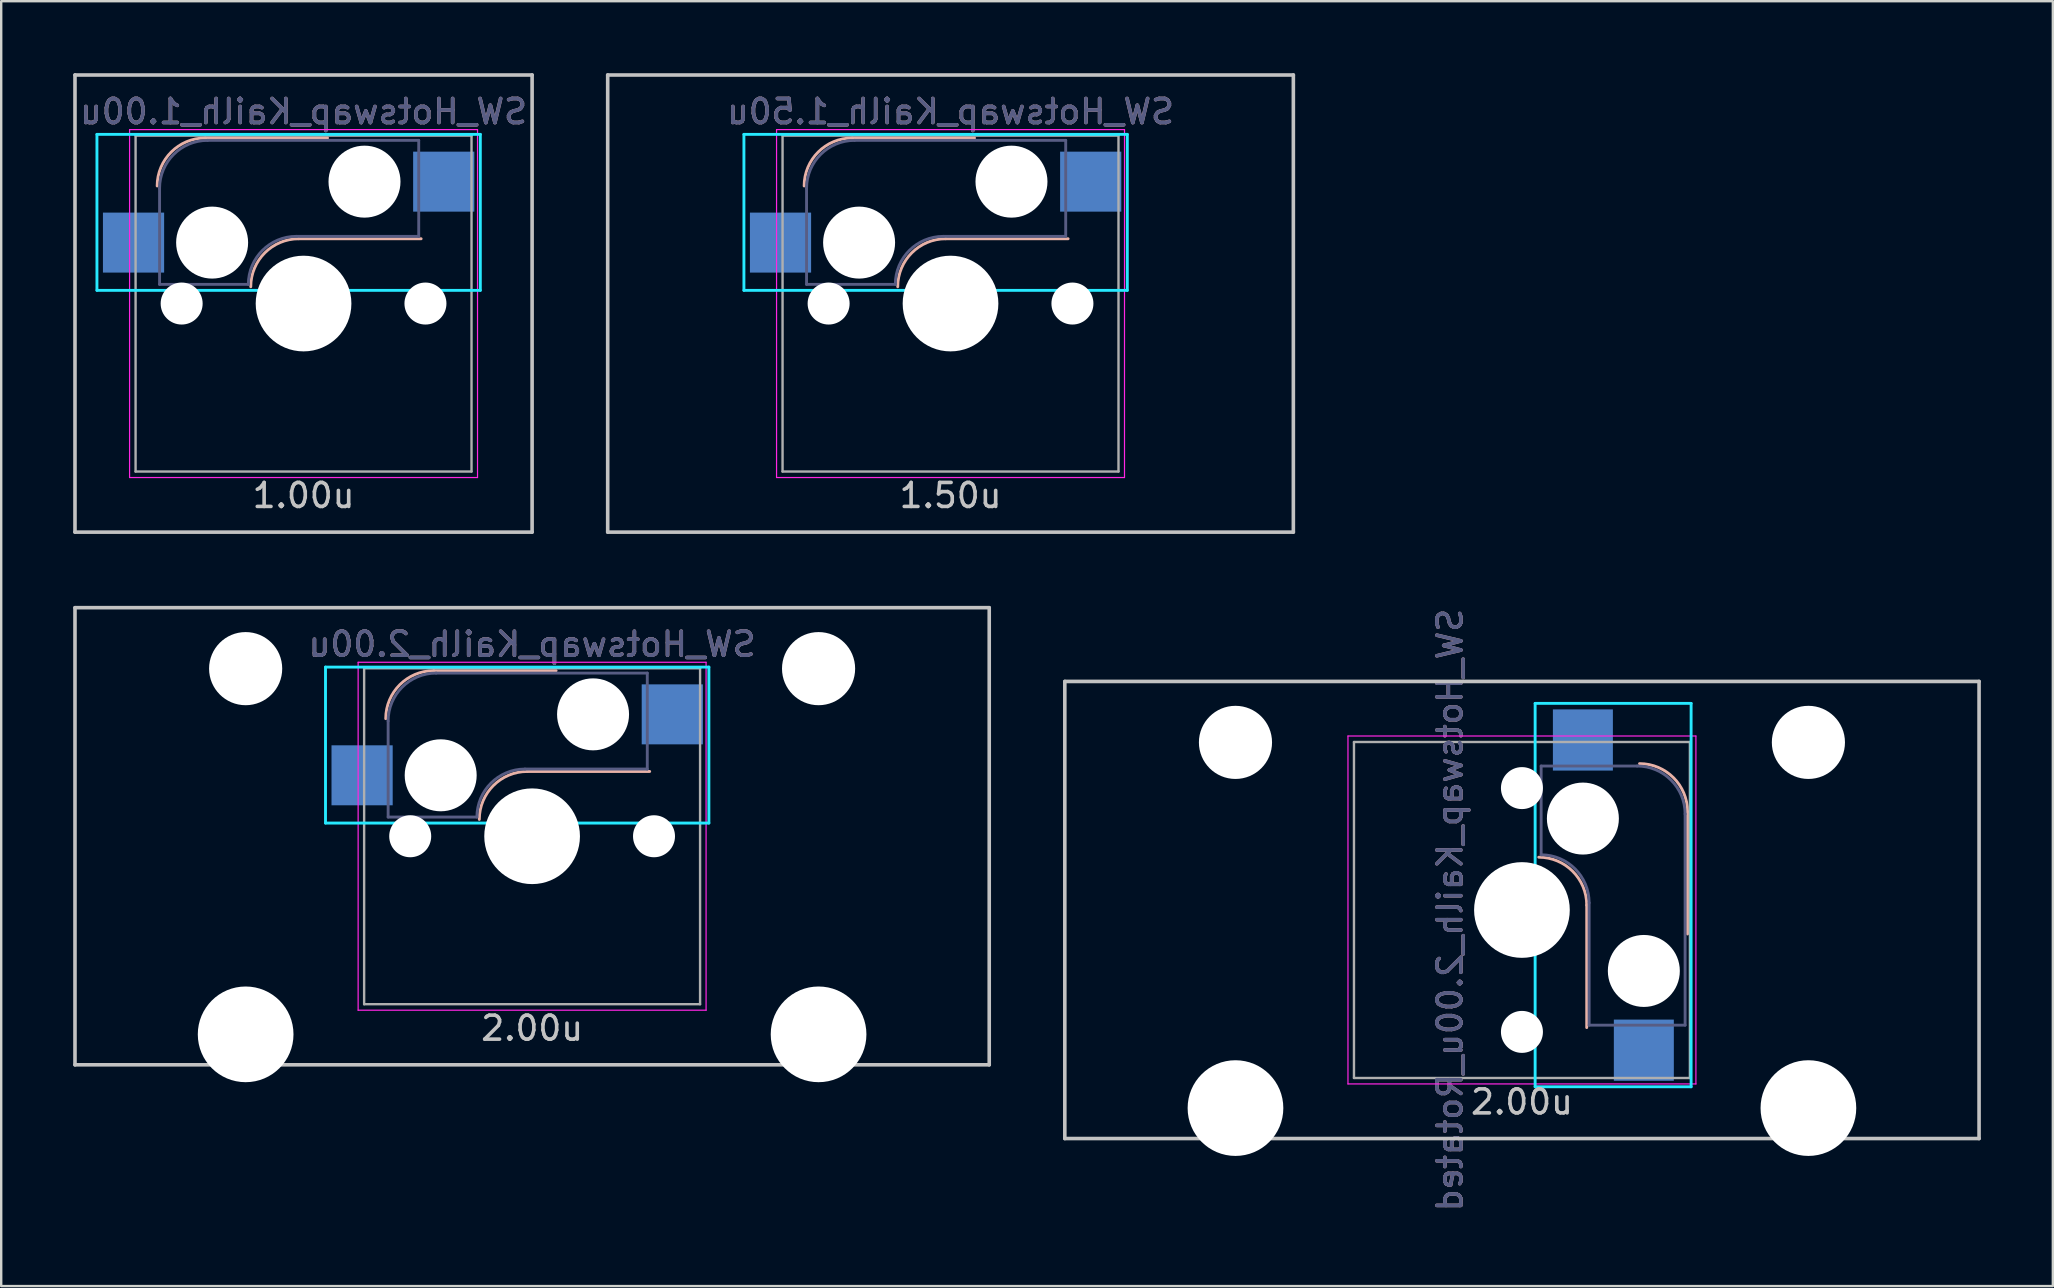
<source format=kicad_pcb>
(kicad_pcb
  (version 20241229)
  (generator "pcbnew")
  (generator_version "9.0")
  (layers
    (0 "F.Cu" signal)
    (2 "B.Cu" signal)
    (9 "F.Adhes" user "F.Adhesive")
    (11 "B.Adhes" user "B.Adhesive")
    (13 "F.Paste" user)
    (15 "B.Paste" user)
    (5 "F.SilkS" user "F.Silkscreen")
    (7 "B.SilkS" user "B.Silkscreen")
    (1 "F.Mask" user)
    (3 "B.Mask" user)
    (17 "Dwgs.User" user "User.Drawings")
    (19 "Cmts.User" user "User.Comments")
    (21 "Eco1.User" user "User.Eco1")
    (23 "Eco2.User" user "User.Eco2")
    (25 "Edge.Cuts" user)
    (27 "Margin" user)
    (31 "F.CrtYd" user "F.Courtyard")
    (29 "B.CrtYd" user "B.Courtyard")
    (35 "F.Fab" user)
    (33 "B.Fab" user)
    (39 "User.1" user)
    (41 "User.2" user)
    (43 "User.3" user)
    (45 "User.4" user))
  (footprint "SW_Hotswap_Kailh_1.00u"
    (layer "F.Cu")
    (at 9.6 9.6)
    (property "Reference" "SW_Hotswap_Kailh_1.00u" (at 0 -8 0) (layer "B.SilkS") (effects (font (size 1 1) (thickness 0.15)) (justify mirror)))
    (attr smd)
    (fp_line (start 1 -6.9) (end -4.1 -6.9) (stroke (width 0.12) (type solid)) (layer "B.SilkS"))
    (fp_line (start 4.9 -2.7) (end -0.2 -2.7) (stroke (width 0.12) (type solid)) (layer "B.SilkS"))
    (fp_arc (start -6.1 -4.9) (mid -5.514214 -6.314214) (end -4.1 -6.9) (stroke (width 0.12) (type solid)) (layer "B.SilkS"))
    (fp_arc (start -2.2 -0.7) (mid -1.614214 -2.114214) (end -0.2 -2.7) (stroke (width 0.12) (type solid)) (layer "B.SilkS"))
    (fp_line (start -9.525 -9.525) (end 9.525 -9.525) (stroke (width 0.15) (type solid)) (layer "Dwgs.User"))
    (fp_line (start -9.525 9.525) (end -9.525 -9.525) (stroke (width 0.15) (type solid)) (layer "Dwgs.User"))
    (fp_line (start 9.525 -9.525) (end 9.525 9.525) (stroke (width 0.15) (type solid)) (layer "Dwgs.User"))
    (fp_line (start 9.525 9.525) (end -9.525 9.525) (stroke (width 0.15) (type solid)) (layer "Dwgs.User"))
    (fp_line (start -8.61 -7.05) (end 7.367 -7.05) (stroke (width 0.12) (type solid)) (layer "B.CrtYd"))
    (fp_line (start -8.61 -0.55) (end -8.61 -7.05) (stroke (width 0.12) (type solid)) (layer "B.CrtYd"))
    (fp_line (start -8.61 -0.55) (end 7.367 -0.55) (stroke (width 0.12) (type solid)) (layer "B.CrtYd"))
    (fp_line (start 7.367 -7.05) (end 7.367 -0.55) (stroke (width 0.12) (type solid)) (layer "B.CrtYd"))
    (fp_line (start -7.25 -7.25) (end 7.25 -7.25) (stroke (width 0.05) (type solid)) (layer "F.CrtYd"))
    (fp_line (start -7.25 7.25) (end -7.25 -7.25) (stroke (width 0.05) (type solid)) (layer "F.CrtYd"))
    (fp_line (start 7.25 -7.25) (end 7.25 7.25) (stroke (width 0.05) (type solid)) (layer "F.CrtYd"))
    (fp_line (start 7.25 7.25) (end -7.25 7.25) (stroke (width 0.05) (type solid)) (layer "F.CrtYd"))
    (fp_line (start -6 -0.8) (end -6 -4.8) (stroke (width 0.12) (type solid)) (layer "B.Fab"))
    (fp_line (start -6 -0.8) (end -2.3 -0.8) (stroke (width 0.12) (type solid)) (layer "B.Fab"))
    (fp_line (start -4 -6.8) (end 4.8 -6.8) (stroke (width 0.12) (type solid)) (layer "B.Fab"))
    (fp_line (start -0.3 -2.8) (end 4.8 -2.8) (stroke (width 0.12) (type solid)) (layer "B.Fab"))
    (fp_line (start 4.8 -6.8) (end 4.8 -2.8) (stroke (width 0.12) (type solid)) (layer "B.Fab"))
    (fp_arc (start -6 -4.8) (mid -5.414214 -6.214214) (end -4 -6.8) (stroke (width 0.12) (type solid)) (layer "B.Fab"))
    (fp_arc (start -2.3 -0.8) (mid -1.714214 -2.214214) (end -0.3 -2.8) (stroke (width 0.12) (type solid)) (layer "B.Fab"))
    (fp_line (start -7 -7) (end 7 -7) (stroke (width 0.1) (type solid)) (layer "F.Fab"))
    (fp_line (start -7 7) (end -7 -7) (stroke (width 0.1) (type solid)) (layer "F.Fab"))
    (fp_line (start 7 -7) (end 7 7) (stroke (width 0.1) (type solid)) (layer "F.Fab"))
    (fp_line (start 7 7) (end -7 7) (stroke (width 0.1) (type solid)) (layer "F.Fab"))
    (fp_text user "1.00u" (at 0 8 0) (layer "Dwgs.User") (effects (font (size 1 1) (thickness 0.15))))
    (fp_text user "${REFERENCE}" (at 0 -8 0) (layer "B.Fab") (effects (font (size 1 1) (thickness 0.15)) (justify mirror)))
    (pad "" np_thru_hole circle (at -5.08 0 48.1) (size 1.75 1.75) (drill 1.75) (layers "*.Cu" "*.Mask"))
    (pad "" np_thru_hole circle (at -3.81 -2.54) (size 3 3) (drill 3) (layers "*.Cu" "*.Mask"))
    (pad "" np_thru_hole circle (at 0 0) (size 3.988 3.988) (drill 3.988) (layers "*.Cu" "*.Mask"))
    (pad "" np_thru_hole circle (at 2.54 -5.08) (size 3 3) (drill 3) (layers "*.Cu" "*.Mask"))
    (pad "" np_thru_hole circle (at 5.08 0 48.1) (size 1.75 1.75) (drill 1.75) (layers "*.Cu" "*.Mask"))
    (pad "1" smd rect (at -7.085 -2.54) (size 2.55 2.5) (layers "B.Cu" "B.Mask" "B.Paste"))
    (pad "2" smd rect (at 5.842 -5.08) (size 2.55 2.5) (layers "B.Cu" "B.Mask" "B.Paste")))
  (footprint "SW_Hotswap_Kailh_2.00u"
    (layer "F.Cu")
    (at 19.125 31.8)
    (property "Reference" "SW_Hotswap_Kailh_2.00u" (at 0 -8 0) (layer "B.SilkS") (effects (font (size 1 1) (thickness 0.15)) (justify mirror)))
    (attr smd)
    (fp_line (start 1 -6.9) (end -4.1 -6.9) (stroke (width 0.12) (type solid)) (layer "B.SilkS"))
    (fp_line (start 4.9 -2.7) (end -0.2 -2.7) (stroke (width 0.12) (type solid)) (layer "B.SilkS"))
    (fp_arc (start -6.1 -4.9) (mid -5.514214 -6.314214) (end -4.1 -6.9) (stroke (width 0.12) (type solid)) (layer "B.SilkS"))
    (fp_arc (start -2.2 -0.7) (mid -1.614214 -2.114214) (end -0.2 -2.7) (stroke (width 0.12) (type solid)) (layer "B.SilkS"))
    (fp_line (start -19.05 -9.525) (end 19.05 -9.525) (stroke (width 0.15) (type solid)) (layer "Dwgs.User"))
    (fp_line (start -19.05 9.525) (end -19.05 -9.525) (stroke (width 0.15) (type solid)) (layer "Dwgs.User"))
    (fp_line (start 19.05 -9.525) (end 19.05 9.525) (stroke (width 0.15) (type solid)) (layer "Dwgs.User"))
    (fp_line (start 19.05 9.525) (end -19.05 9.525) (stroke (width 0.15) (type solid)) (layer "Dwgs.User"))
    (fp_line (start -8.61 -7.05) (end 7.367 -7.05) (stroke (width 0.12) (type solid)) (layer "B.CrtYd"))
    (fp_line (start -8.61 -0.55) (end -8.61 -7.05) (stroke (width 0.12) (type solid)) (layer "B.CrtYd"))
    (fp_line (start -8.61 -0.55) (end 7.367 -0.55) (stroke (width 0.12) (type solid)) (layer "B.CrtYd"))
    (fp_line (start 7.367 -7.05) (end 7.367 -0.55) (stroke (width 0.12) (type solid)) (layer "B.CrtYd"))
    (fp_line (start -7.25 -7.25) (end 7.25 -7.25) (stroke (width 0.05) (type solid)) (layer "F.CrtYd"))
    (fp_line (start -7.25 7.25) (end -7.25 -7.25) (stroke (width 0.05) (type solid)) (layer "F.CrtYd"))
    (fp_line (start 7.25 -7.25) (end 7.25 7.25) (stroke (width 0.05) (type solid)) (layer "F.CrtYd"))
    (fp_line (start 7.25 7.25) (end -7.25 7.25) (stroke (width 0.05) (type solid)) (layer "F.CrtYd"))
    (fp_line (start -6 -0.8) (end -6 -4.8) (stroke (width 0.12) (type solid)) (layer "B.Fab"))
    (fp_line (start -6 -0.8) (end -2.3 -0.8) (stroke (width 0.12) (type solid)) (layer "B.Fab"))
    (fp_line (start -4 -6.8) (end 4.8 -6.8) (stroke (width 0.12) (type solid)) (layer "B.Fab"))
    (fp_line (start -0.3 -2.8) (end 4.8 -2.8) (stroke (width 0.12) (type solid)) (layer "B.Fab"))
    (fp_line (start 4.8 -6.8) (end 4.8 -2.8) (stroke (width 0.12) (type solid)) (layer "B.Fab"))
    (fp_arc (start -6 -4.8) (mid -5.414214 -6.214214) (end -4 -6.8) (stroke (width 0.12) (type solid)) (layer "B.Fab"))
    (fp_arc (start -2.3 -0.8) (mid -1.714214 -2.214214) (end -0.3 -2.8) (stroke (width 0.12) (type solid)) (layer "B.Fab"))
    (fp_line (start -7 -7) (end 7 -7) (stroke (width 0.1) (type solid)) (layer "F.Fab"))
    (fp_line (start -7 7) (end -7 -7) (stroke (width 0.1) (type solid)) (layer "F.Fab"))
    (fp_line (start 7 -7) (end 7 7) (stroke (width 0.1) (type solid)) (layer "F.Fab"))
    (fp_line (start 7 7) (end -7 7) (stroke (width 0.1) (type solid)) (layer "F.Fab"))
    (fp_text user "2.00u" (at 0 8 0) (layer "Dwgs.User") (effects (font (size 1 1) (thickness 0.15))))
    (fp_text user "${REFERENCE}" (at 0 -8 0) (layer "B.Fab") (effects (font (size 1 1) (thickness 0.15)) (justify mirror)))
    (pad "" np_thru_hole circle (at -11.938 -6.985) (size 3.048 3.048) (drill 3.048) (layers "*.Cu" "*.Mask"))
    (pad "" np_thru_hole circle (at -11.938 8.255) (size 3.988 3.988) (drill 3.988) (layers "*.Cu" "*.Mask"))
    (pad "" np_thru_hole circle (at -5.08 0 48.1) (size 1.75 1.75) (drill 1.75) (layers "*.Cu" "*.Mask"))
    (pad "" np_thru_hole circle (at -3.81 -2.54) (size 3 3) (drill 3) (layers "*.Cu" "*.Mask"))
    (pad "" np_thru_hole circle (at 0 0) (size 3.988 3.988) (drill 3.988) (layers "*.Cu" "*.Mask"))
    (pad "" np_thru_hole circle (at 2.54 -5.08) (size 3 3) (drill 3) (layers "*.Cu" "*.Mask"))
    (pad "" np_thru_hole circle (at 5.08 0 48.1) (size 1.75 1.75) (drill 1.75) (layers "*.Cu" "*.Mask"))
    (pad "" np_thru_hole circle (at 11.938 -6.985) (size 3.048 3.048) (drill 3.048) (layers "*.Cu" "*.Mask"))
    (pad "" np_thru_hole circle (at 11.938 8.255) (size 3.988 3.988) (drill 3.988) (layers "*.Cu" "*.Mask"))
    (pad "1" smd rect (at -7.085 -2.54) (size 2.55 2.5) (layers "B.Cu" "B.Mask" "B.Paste"))
    (pad "2" smd rect (at 5.842 -5.08) (size 2.55 2.5) (layers "B.Cu" "B.Mask" "B.Paste")))
  (footprint "SW_Hotswap_Kailh_1.50u"
    (layer "F.Cu")
    (at 36.562 9.6)
    (property "Reference" "SW_Hotswap_Kailh_1.50u" (at 0 -8 0) (layer "B.SilkS") (effects (font (size 1 1) (thickness 0.15)) (justify mirror)))
    (attr smd)
    (fp_line (start 1 -6.9) (end -4.1 -6.9) (stroke (width 0.12) (type solid)) (layer "B.SilkS"))
    (fp_line (start 4.9 -2.7) (end -0.2 -2.7) (stroke (width 0.12) (type solid)) (layer "B.SilkS"))
    (fp_arc (start -6.1 -4.9) (mid -5.514214 -6.314214) (end -4.1 -6.9) (stroke (width 0.12) (type solid)) (layer "B.SilkS"))
    (fp_arc (start -2.2 -0.7) (mid -1.614214 -2.114214) (end -0.2 -2.7) (stroke (width 0.12) (type solid)) (layer "B.SilkS"))
    (fp_line (start -14.287 -9.525) (end 14.287 -9.525) (stroke (width 0.15) (type solid)) (layer "Dwgs.User"))
    (fp_line (start -14.287 9.525) (end -14.287 -9.525) (stroke (width 0.15) (type solid)) (layer "Dwgs.User"))
    (fp_line (start 14.287 -9.525) (end 14.287 9.525) (stroke (width 0.15) (type solid)) (layer "Dwgs.User"))
    (fp_line (start 14.287 9.525) (end -14.287 9.525) (stroke (width 0.15) (type solid)) (layer "Dwgs.User"))
    (fp_line (start -8.61 -7.05) (end 7.367 -7.05) (stroke (width 0.12) (type solid)) (layer "B.CrtYd"))
    (fp_line (start -8.61 -0.55) (end -8.61 -7.05) (stroke (width 0.12) (type solid)) (layer "B.CrtYd"))
    (fp_line (start -8.61 -0.55) (end 7.367 -0.55) (stroke (width 0.12) (type solid)) (layer "B.CrtYd"))
    (fp_line (start 7.367 -7.05) (end 7.367 -0.55) (stroke (width 0.12) (type solid)) (layer "B.CrtYd"))
    (fp_line (start -7.25 -7.25) (end 7.25 -7.25) (stroke (width 0.05) (type solid)) (layer "F.CrtYd"))
    (fp_line (start -7.25 7.25) (end -7.25 -7.25) (stroke (width 0.05) (type solid)) (layer "F.CrtYd"))
    (fp_line (start 7.25 -7.25) (end 7.25 7.25) (stroke (width 0.05) (type solid)) (layer "F.CrtYd"))
    (fp_line (start 7.25 7.25) (end -7.25 7.25) (stroke (width 0.05) (type solid)) (layer "F.CrtYd"))
    (fp_line (start -6 -0.8) (end -6 -4.8) (stroke (width 0.12) (type solid)) (layer "B.Fab"))
    (fp_line (start -6 -0.8) (end -2.3 -0.8) (stroke (width 0.12) (type solid)) (layer "B.Fab"))
    (fp_line (start -4 -6.8) (end 4.8 -6.8) (stroke (width 0.12) (type solid)) (layer "B.Fab"))
    (fp_line (start -0.3 -2.8) (end 4.8 -2.8) (stroke (width 0.12) (type solid)) (layer "B.Fab"))
    (fp_line (start 4.8 -6.8) (end 4.8 -2.8) (stroke (width 0.12) (type solid)) (layer "B.Fab"))
    (fp_arc (start -6 -4.8) (mid -5.414214 -6.214214) (end -4 -6.8) (stroke (width 0.12) (type solid)) (layer "B.Fab"))
    (fp_arc (start -2.3 -0.8) (mid -1.714214 -2.214214) (end -0.3 -2.8) (stroke (width 0.12) (type solid)) (layer "B.Fab"))
    (fp_line (start -7 -7) (end 7 -7) (stroke (width 0.1) (type solid)) (layer "F.Fab"))
    (fp_line (start -7 7) (end -7 -7) (stroke (width 0.1) (type solid)) (layer "F.Fab"))
    (fp_line (start 7 -7) (end 7 7) (stroke (width 0.1) (type solid)) (layer "F.Fab"))
    (fp_line (start 7 7) (end -7 7) (stroke (width 0.1) (type solid)) (layer "F.Fab"))
    (fp_text user "1.50u" (at 0 8 0) (layer "Dwgs.User") (effects (font (size 1 1) (thickness 0.15))))
    (fp_text user "${REFERENCE}" (at 0 -8 0) (layer "B.Fab") (effects (font (size 1 1) (thickness 0.15)) (justify mirror)))
    (pad "" np_thru_hole circle (at -5.08 0 48.1) (size 1.75 1.75) (drill 1.75) (layers "*.Cu" "*.Mask"))
    (pad "" np_thru_hole circle (at -3.81 -2.54) (size 3 3) (drill 3) (layers "*.Cu" "*.Mask"))
    (pad "" np_thru_hole circle (at 0 0) (size 3.988 3.988) (drill 3.988) (layers "*.Cu" "*.Mask"))
    (pad "" np_thru_hole circle (at 2.54 -5.08) (size 3 3) (drill 3) (layers "*.Cu" "*.Mask"))
    (pad "" np_thru_hole circle (at 5.08 0 48.1) (size 1.75 1.75) (drill 1.75) (layers "*.Cu" "*.Mask"))
    (pad "1" smd rect (at -7.085 -2.54) (size 2.55 2.5) (layers "B.Cu" "B.Mask" "B.Paste"))
    (pad "2" smd rect (at 5.842 -5.08) (size 2.55 2.5) (layers "B.Cu" "B.Mask" "B.Paste")))
  (footprint "SW_Hotswap_Kailh_2.00u_Rotated"
    (layer "F.Cu")
    (at 60.375 34.873)
    (property "Reference" "SW_Hotswap_Kailh_2.00u_Rotated" (at -3 0 90) (layer "B.SilkS") (effects (font (size 1 1) (thickness 0.15)) (justify mirror)))
    (attr smd)
    (fp_line (start 2.7 4.9) (end 2.7 -0.2) (stroke (width 0.12) (type solid)) (layer "B.SilkS"))
    (fp_line (start 6.9 1) (end 6.9 -4.1) (stroke (width 0.12) (type solid)) (layer "B.SilkS"))
    (fp_arc (start 0.7 -2.2) (mid 2.114214 -1.614214) (end 2.7 -0.2) (stroke (width 0.12) (type solid)) (layer "B.SilkS"))
    (fp_arc (start 4.9 -6.1) (mid 6.314214 -5.514214) (end 6.9 -4.1) (stroke (width 0.12) (type solid)) (layer "B.SilkS"))
    (fp_line (start -19.05 -9.525) (end 19.05 -9.525) (stroke (width 0.15) (type solid)) (layer "Dwgs.User"))
    (fp_line (start -19.05 9.525) (end -19.05 -9.525) (stroke (width 0.15) (type solid)) (layer "Dwgs.User"))
    (fp_line (start 19.05 -9.525) (end 19.05 9.525) (stroke (width 0.15) (type solid)) (layer "Dwgs.User"))
    (fp_line (start 19.05 9.525) (end -19.05 9.525) (stroke (width 0.15) (type solid)) (layer "Dwgs.User"))
    (fp_line (start 0.55 -8.61) (end 0.55 7.367) (stroke (width 0.12) (type solid)) (layer "B.CrtYd"))
    (fp_line (start 0.55 -8.61) (end 7.05 -8.61) (stroke (width 0.12) (type solid)) (layer "B.CrtYd"))
    (fp_line (start 7.05 -8.61) (end 7.05 7.367) (stroke (width 0.12) (type solid)) (layer "B.CrtYd"))
    (fp_line (start 7.05 7.367) (end 0.55 7.367) (stroke (width 0.12) (type solid)) (layer "B.CrtYd"))
    (fp_line (start -7.25 -7.25) (end 7.25 -7.25) (stroke (width 0.05) (type solid)) (layer "F.CrtYd"))
    (fp_line (start -7.25 7.25) (end -7.25 -7.25) (stroke (width 0.05) (type solid)) (layer "F.CrtYd"))
    (fp_line (start 7.25 -7.25) (end 7.25 7.25) (stroke (width 0.05) (type solid)) (layer "F.CrtYd"))
    (fp_line (start 7.25 7.25) (end -7.25 7.25) (stroke (width 0.05) (type solid)) (layer "F.CrtYd"))
    (fp_line (start 0.8 -6) (end 0.8 -2.3) (stroke (width 0.12) (type solid)) (layer "B.Fab"))
    (fp_line (start 0.8 -6) (end 4.8 -6) (stroke (width 0.12) (type solid)) (layer "B.Fab"))
    (fp_line (start 2.8 -0.3) (end 2.8 4.8) (stroke (width 0.12) (type solid)) (layer "B.Fab"))
    (fp_line (start 6.8 -4) (end 6.8 4.8) (stroke (width 0.12) (type solid)) (layer "B.Fab"))
    (fp_line (start 6.8 4.8) (end 2.8 4.8) (stroke (width 0.12) (type solid)) (layer "B.Fab"))
    (fp_arc (start 0.8 -2.3) (mid 2.214214 -1.714214) (end 2.8 -0.3) (stroke (width 0.12) (type solid)) (layer "B.Fab"))
    (fp_arc (start 4.8 -6) (mid 6.214214 -5.414214) (end 6.8 -4) (stroke (width 0.12) (type solid)) (layer "B.Fab"))
    (fp_line (start -7 -7) (end 7 -7) (stroke (width 0.1) (type solid)) (layer "F.Fab"))
    (fp_line (start -7 7) (end -7 -7) (stroke (width 0.1) (type solid)) (layer "F.Fab"))
    (fp_line (start 7 -7) (end 7 7) (stroke (width 0.1) (type solid)) (layer "F.Fab"))
    (fp_line (start 7 7) (end -7 7) (stroke (width 0.1) (type solid)) (layer "F.Fab"))
    (fp_text user "2.00u" (at 0 8 0) (layer "Dwgs.User") (effects (font (size 1 1) (thickness 0.15))))
    (fp_text user "${REFERENCE}" (at -3 0 90) (layer "B.Fab") (effects (font (size 1 1) (thickness 0.15)) (justify mirror)))
    (pad "" np_thru_hole circle (at -11.938 -6.985) (size 3.048 3.048) (drill 3.048) (layers "*.Cu" "*.Mask"))
    (pad "" np_thru_hole circle (at -11.938 8.255) (size 3.988 3.988) (drill 3.988) (layers "*.Cu" "*.Mask"))
    (pad "" np_thru_hole circle (at 0 -5.08 318.1) (size 1.75 1.75) (drill 1.75) (layers "*.Cu" "*.Mask"))
    (pad "" np_thru_hole circle (at 0 0 270) (size 3.988 3.988) (drill 3.988) (layers "*.Cu" "*.Mask"))
    (pad "" np_thru_hole circle (at 0 5.08 318.1) (size 1.75 1.75) (drill 1.75) (layers "*.Cu" "*.Mask"))
    (pad "" np_thru_hole circle (at 2.54 -3.81 270) (size 3 3) (drill 3) (layers "*.Cu" "*.Mask"))
    (pad "" np_thru_hole circle (at 5.08 2.54 270) (size 3 3) (drill 3) (layers "*.Cu" "*.Mask"))
    (pad "" np_thru_hole circle (at 11.938 -6.985) (size 3.048 3.048) (drill 3.048) (layers "*.Cu" "*.Mask"))
    (pad "" np_thru_hole circle (at 11.938 8.255) (size 3.988 3.988) (drill 3.988) (layers "*.Cu" "*.Mask"))
    (pad "1" smd rect (at 2.54 -7.085 270) (size 2.55 2.5) (layers "B.Cu" "B.Mask" "B.Paste"))
    (pad "2" smd rect (at 5.08 5.842 270) (size 2.55 2.5) (layers "B.Cu" "B.Mask" "B.Paste")))
  (gr_rect
    (start -3 -3)
    (end 82.5 50.545)
    (stroke (width 0.1) (type default))
    (fill no)
    (layer "Edge.Cuts")))
</source>
